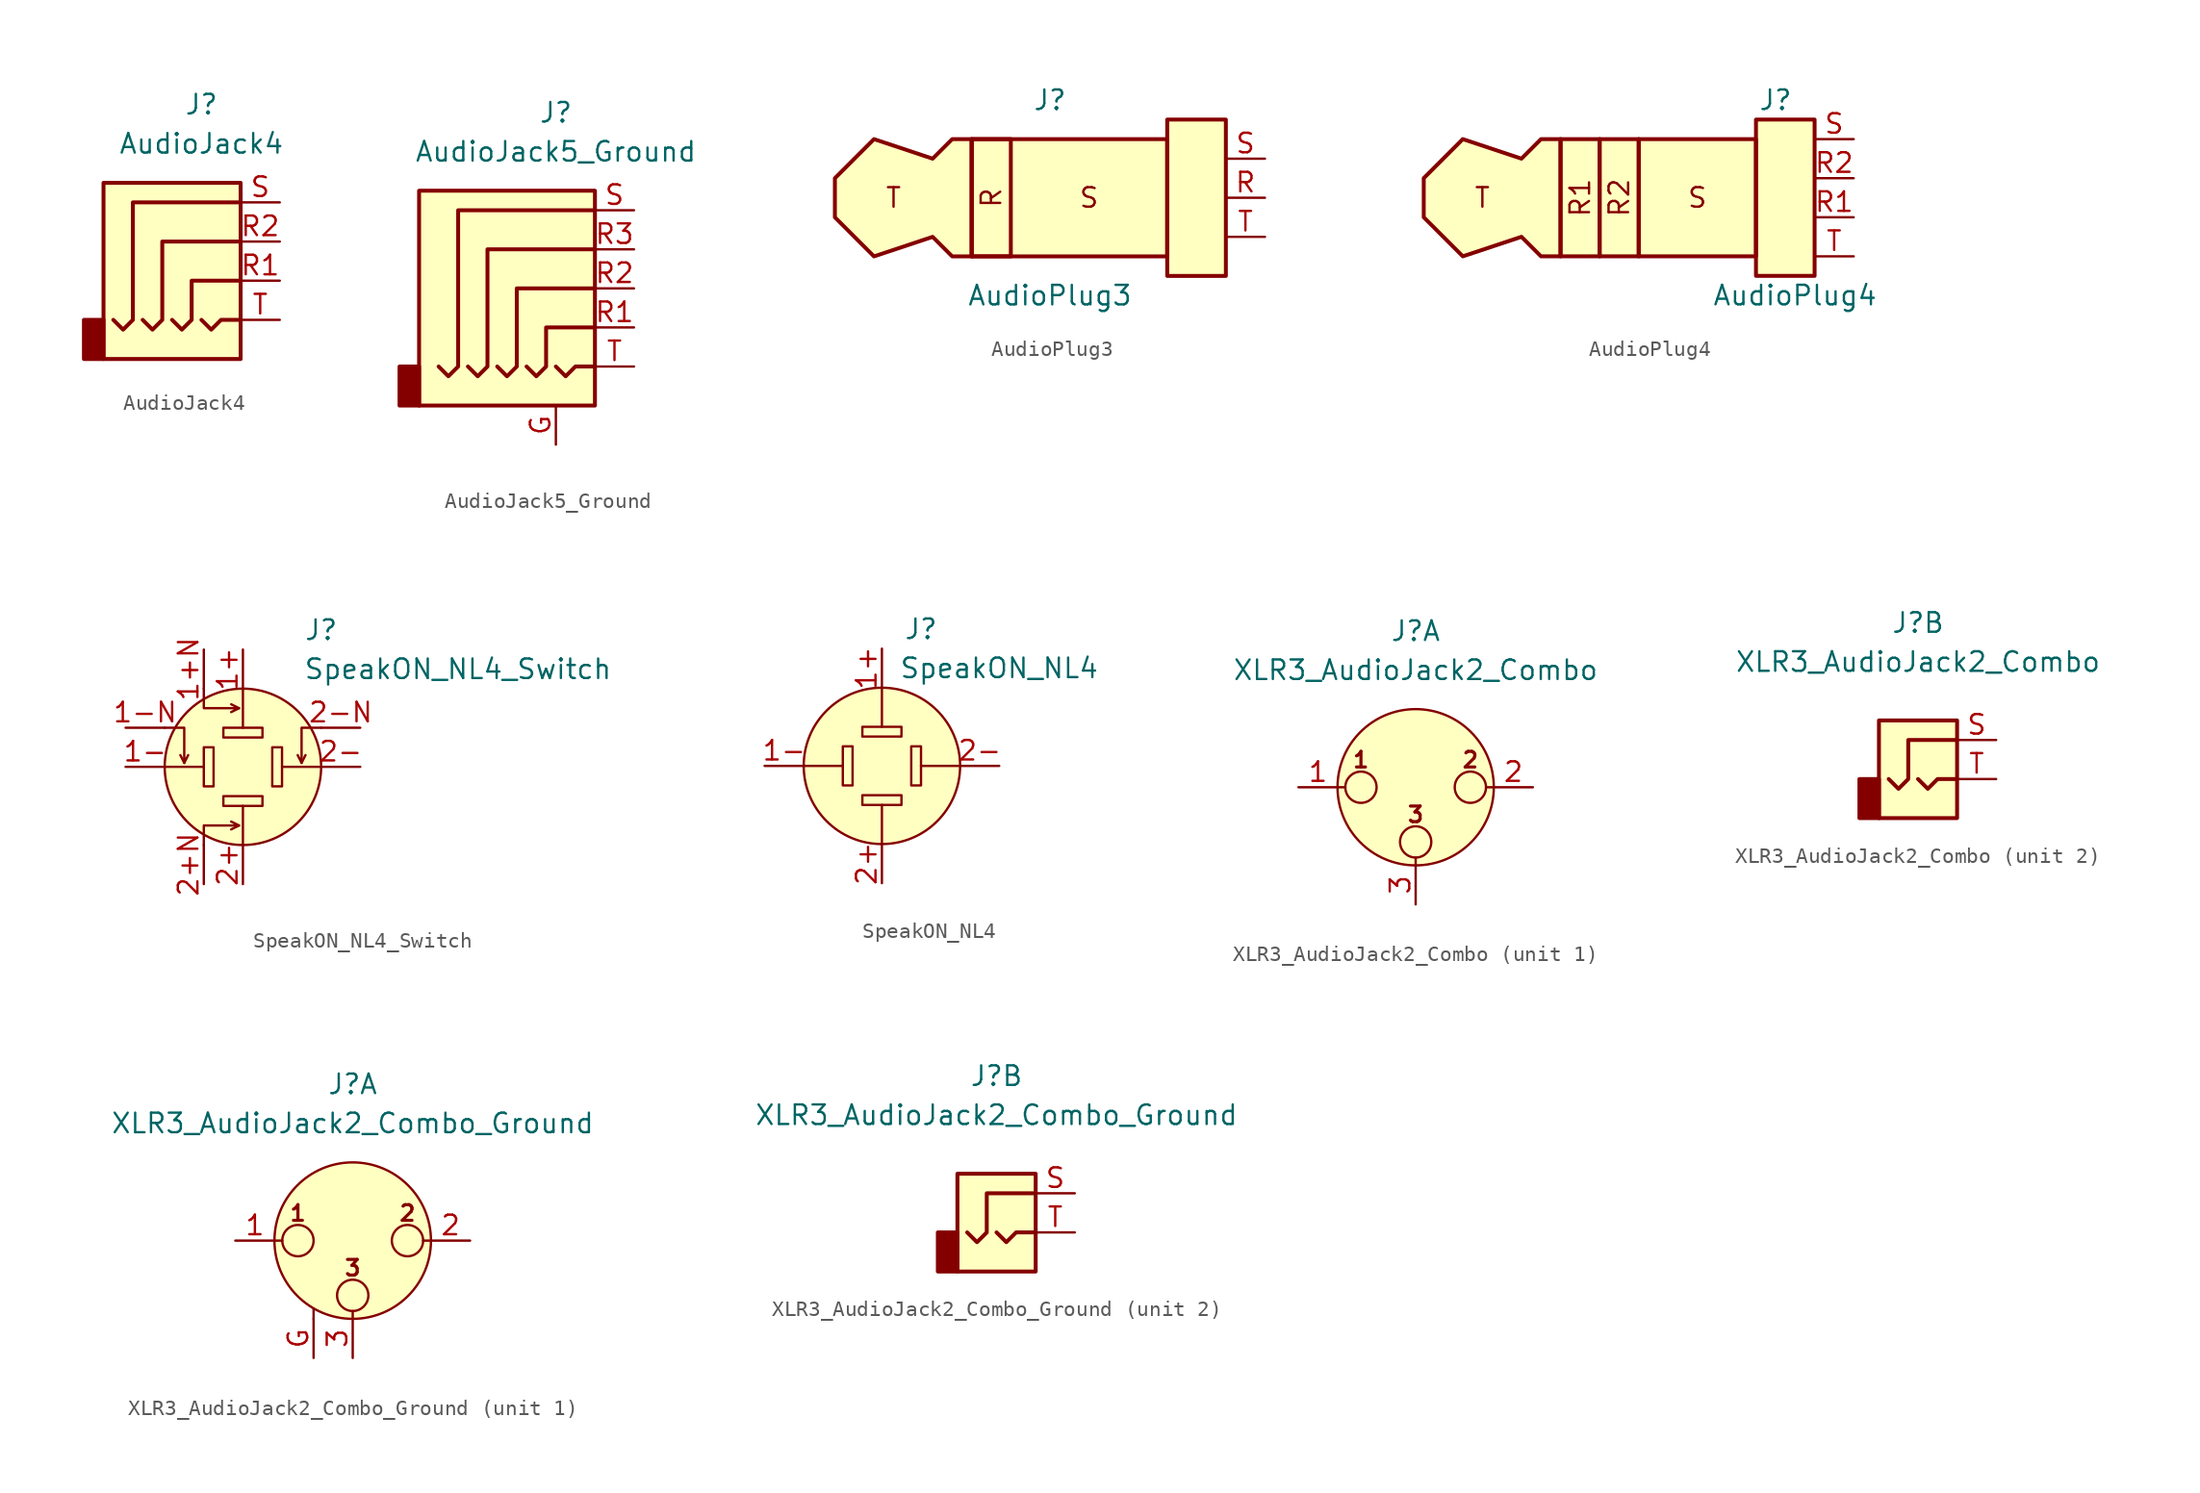
<source format=kicad_sym>
(kicad_symbol_lib
  (version 20241209)
  (generator "kicad_symbol_editor")
  (generator_version "9.0")
  (symbol "AudioJack4"
    (property "Reference" "J"
      (at 0 8.89 0)
      (effects (font (size 1.27 1.27))))
    (property "Value" "AudioJack4"
      (at 0 6.35 0)
      (effects (font (size 1.27 1.27))))
    (symbol "AudioJack4_0_1"
      (rectangle (start -6.35 -5.08) (end -7.62 -7.62) (stroke (width 0.254) (type default)) (fill (type outline)))
      (polyline (pts (xy -5.715 -5.08) (xy -5.08 -5.715) (xy -4.445 -5.08) (xy -4.445 2.54) (xy 2.54 2.54)) (stroke (width 0.254) (type default)) (fill (type none)))
      (polyline (pts (xy -1.905 -5.08) (xy -1.27 -5.715) (xy -0.635 -5.08) (xy -0.635 -2.54) (xy 2.54 -2.54)) (stroke (width 0.254) (type default)) (fill (type none)))
      (polyline (pts (xy 0 -5.08) (xy 0.635 -5.715) (xy 1.27 -5.08) (xy 2.54 -5.08)) (stroke (width 0.254) (type default)) (fill (type none)))
      (rectangle (start 2.54 3.81) (end -6.35 -7.62) (stroke (width 0.254) (type default)) (fill (type background)))
      (polyline (pts (xy 2.54 0) (xy -2.54 0) (xy -2.54 -5.08) (xy -3.175 -5.715) (xy -3.81 -5.08)) (stroke (width 0.254) (type default)) (fill (type none))))
    (symbol "AudioJack4_1_1"
      (pin passive line (at 5.08 2.54 180) (length 2.54) (name "~" (effects (font (size 1.27 1.27)))) (number "S" (effects (font (size 1.27 1.27)))))
      (pin passive line (at 5.08 0 180) (length 2.54) (name "~" (effects (font (size 1.27 1.27)))) (number "R2" (effects (font (size 1.27 1.27)))))
      (pin passive line (at 5.08 -2.54 180) (length 2.54) (name "~" (effects (font (size 1.27 1.27)))) (number "R1" (effects (font (size 1.27 1.27)))))
      (pin passive line (at 5.08 -5.08 180) (length 2.54) (name "~" (effects (font (size 1.27 1.27)))) (number "T" (effects (font (size 1.27 1.27)))))))
  (symbol "AudioJack5_Ground"
    (property "Reference" "J"
      (at 0 11.43 0)
      (effects (font (size 1.27 1.27))))
    (property "Value" "AudioJack5_Ground"
      (at 0 8.89 0)
      (effects (font (size 1.27 1.27))))
    (symbol "AudioJack5_Ground_0_1"
      (rectangle (start -8.89 -5.08) (end -10.16 -7.62) (stroke (width 0.254) (type default)) (fill (type outline)))
      (polyline (pts (xy -5.715 -5.08) (xy -5.08 -5.715) (xy -4.445 -5.08) (xy -4.445 2.54) (xy 2.54 2.54)) (stroke (width 0.254) (type default)) (fill (type none)))
      (polyline (pts (xy -1.905 -5.08) (xy -1.27 -5.715) (xy -0.635 -5.08) (xy -0.635 -2.54) (xy 2.54 -2.54)) (stroke (width 0.254) (type default)) (fill (type none)))
      (polyline (pts (xy 0 -5.08) (xy 0.635 -5.715) (xy 1.27 -5.08) (xy 2.54 -5.08)) (stroke (width 0.254) (type default)) (fill (type none)))
      (rectangle (start 2.54 6.35) (end -8.89 -7.62) (stroke (width 0.254) (type default)) (fill (type background)))
      (polyline (pts (xy 2.54 5.08) (xy -6.35 5.08) (xy -6.35 -5.08) (xy -6.985 -5.715) (xy -7.62 -5.08)) (stroke (width 0.254) (type default)) (fill (type none)))
      (polyline (pts (xy 2.54 0) (xy -2.54 0) (xy -2.54 -5.08) (xy -3.175 -5.715) (xy -3.81 -5.08)) (stroke (width 0.254) (type default)) (fill (type none))))
    (symbol "AudioJack5_Ground_1_1"
      (pin passive line (at 0 -10.16 90) (length 2.54) (name "~" (effects (font (size 1.27 1.27)))) (number "G" (effects (font (size 1.27 1.27)))))
      (pin passive line (at 5.08 5.08 180) (length 2.54) (name "~" (effects (font (size 1.27 1.27)))) (number "S" (effects (font (size 1.27 1.27)))))
      (pin passive line (at 5.08 2.54 180) (length 2.54) (name "~" (effects (font (size 1.27 1.27)))) (number "R3" (effects (font (size 1.27 1.27)))))
      (pin passive line (at 5.08 0 180) (length 2.54) (name "~" (effects (font (size 1.27 1.27)))) (number "R2" (effects (font (size 1.27 1.27)))))
      (pin passive line (at 5.08 -2.54 180) (length 2.54) (name "~" (effects (font (size 1.27 1.27)))) (number "R1" (effects (font (size 1.27 1.27)))))
      (pin passive line (at 5.08 -5.08 180) (length 2.54) (name "~" (effects (font (size 1.27 1.27)))) (number "T" (effects (font (size 1.27 1.27)))))))
  (symbol "AudioPlug3"
    (property "Reference" "J"
      (at 1.27 6.35 0)
      (effects (font (size 1.27 1.27))))
    (property "Value" "AudioPlug3"
      (at 1.27 -6.35 0)
      (effects (font (size 1.27 1.27))))
    (symbol "AudioPlug3_0_0"
      (text "R" (at -2.54 0 900) (effects (font (size 1.27 1.27)))))
    (symbol "AudioPlug3_0_1"
      (rectangle (start -3.81 3.81) (end -1.27 -3.81) (stroke (width 0.254) (type default)) (fill (type none)))
      (rectangle (start -1.27 -1.27) (end -1.27 -1.27) (stroke (width 0) (type default)) (fill (type none))))
    (symbol "AudioPlug3_1_0"
      (text "T" (at -8.89 0 0) (effects (font (size 1.27 1.27))))
      (text "S" (at 3.81 0 0) (effects (font (size 1.27 1.27)))))
    (symbol "AudioPlug3_1_1"
      (rectangle (start -3.81 3.81) (end 8.89 -3.81) (stroke (width 0.254) (type default)) (fill (type background)))
      (polyline (pts (xy -3.81 3.81) (xy -5.08 3.81) (xy -6.35 2.54) (xy -10.16 3.81) (xy -12.7 1.27) (xy -12.7 -1.27) (xy -10.16 -3.81) (xy -6.35 -2.54) (xy -5.08 -3.81) (xy -3.81 -3.81) (xy -3.81 3.81)) (stroke (width 0.254) (type default)) (fill (type background)))
      (rectangle (start 12.7 5.08) (end 8.89 -5.08) (stroke (width 0.254) (type default)) (fill (type background)))
      (pin passive line (at 15.24 2.54 180) (length 2.54) (name "~" (effects (font (size 1.27 1.27)))) (number "S" (effects (font (size 1.27 1.27)))))
      (pin passive line (at 15.24 0 180) (length 2.54) (name "~" (effects (font (size 1.27 1.27)))) (number "R" (effects (font (size 1.27 1.27)))))
      (pin passive line (at 15.24 -2.54 180) (length 2.54) (name "~" (effects (font (size 1.27 1.27)))) (number "T" (effects (font (size 1.27 1.27)))))))
  (symbol "AudioPlug4"
    (property "Reference" "J"
      (at 10.16 5.08 0)
      (effects (font (size 1.27 1.27))))
    (property "Value" "AudioPlug4"
      (at 11.43 -7.62 0)
      (effects (font (size 1.27 1.27))))
    (symbol "AudioPlug4_0_0"
      (text "T" (at -8.89 -1.27 0) (effects (font (size 1.27 1.27))))
      (text "R1" (at -2.54 -1.27 900) (effects (font (size 1.27 1.27))))
      (text "R2" (at 0 -1.27 900) (effects (font (size 1.27 1.27))))
      (text "S" (at 5.08 -1.27 0) (effects (font (size 1.27 1.27)))))
    (symbol "AudioPlug4_0_1"
      (polyline (pts (xy -3.81 2.54) (xy -5.08 2.54) (xy -6.35 1.27) (xy -10.16 2.54) (xy -12.7 0) (xy -12.7 -2.54) (xy -10.16 -5.08) (xy -6.35 -3.81) (xy -5.08 -5.08) (xy -3.81 -5.08) (xy -3.81 2.54)) (stroke (width 0.254) (type default)) (fill (type background)))
      (rectangle (start -1.27 2.54) (end -3.81 -5.08) (stroke (width 0.254) (type default)) (fill (type background)))
      (rectangle (start 1.27 2.54) (end -1.27 -5.08) (stroke (width 0.254) (type default)) (fill (type background)))
      (rectangle (start 1.27 2.54) (end 8.89 -5.08) (stroke (width 0.254) (type default)) (fill (type background)))
      (rectangle (start 12.7 3.81) (end 8.89 -6.35) (stroke (width 0.254) (type default)) (fill (type background))))
    (symbol "AudioPlug4_1_1"
      (pin passive line (at 15.24 2.54 180) (length 2.54) (name "~" (effects (font (size 1.27 1.27)))) (number "S" (effects (font (size 1.27 1.27)))))
      (pin passive line (at 15.24 0 180) (length 2.54) (name "~" (effects (font (size 1.27 1.27)))) (number "R2" (effects (font (size 1.27 1.27)))))
      (pin passive line (at 15.24 -2.54 180) (length 2.54) (name "~" (effects (font (size 1.27 1.27)))) (number "R1" (effects (font (size 1.27 1.27)))))
      (pin passive line (at 15.24 -5.08 180) (length 2.54) (name "~" (effects (font (size 1.27 1.27)))) (number "T" (effects (font (size 1.27 1.27)))))))
  (symbol "SpeakON_NL4_Switch"
    (pin_names
      (hide yes))
    (property "Reference" "J"
      (at 5.08 8.89 0)
      (effects (font (size 1.27 1.27))))
    (property "Value" "SpeakON_NL4_Switch"
      (at 13.97 6.35 0)
      (effects (font (size 1.27 1.27))))
    (symbol "SpeakON_NL4_Switch_0_1"
      (polyline (pts (xy -5.08 0) (xy -2.54 0)) (stroke (width 0) (type default)) (fill (type none)))
      (rectangle (start -2.54 1.27) (end -1.905 -1.27) (stroke (width 0) (type default)) (fill (type none)))
      (rectangle (start -1.27 2.54) (end 1.27 1.905) (stroke (width 0) (type default)) (fill (type none)))
      (rectangle (start -1.27 -2.54) (end 1.27 -1.905) (stroke (width 0) (type default)) (fill (type none)))
      (polyline (pts (xy 0 5.08) (xy 0 2.54)) (stroke (width 0) (type default)) (fill (type none)))
      (circle (center 0 0) (radius 5.08) (stroke (width 0) (type default)) (fill (type background)))
      (polyline (pts (xy 0 -5.08) (xy 0 -2.54)) (stroke (width 0) (type default)) (fill (type none)))
      (rectangle (start 2.54 1.27) (end 1.905 -1.27) (stroke (width 0) (type default)) (fill (type none)))
      (polyline (pts (xy 5.08 0) (xy 2.54 0)) (stroke (width 0) (type default)) (fill (type none)))
      (pin passive line (at -7.62 2.54 0) (length 2.54) (name "1-N" (effects (font (size 1.27 1.27)))) (number "1-N" (effects (font (size 1.27 1.27)))))
      (pin passive line (at -7.62 0 0) (length 2.54) (name "1-" (effects (font (size 1.27 1.27)))) (number "1-" (effects (font (size 1.27 1.27)))))
      (pin passive line (at -2.54 -7.62 90) (length 2.54) (name "2+N" (effects (font (size 1.27 1.27)))) (number "2+N" (effects (font (size 1.27 1.27)))))
      (pin passive line (at 0 -7.62 90) (length 2.54) (name "2+" (effects (font (size 1.27 1.27)))) (number "2+" (effects (font (size 1.27 1.27)))))
      (pin passive line (at 7.62 0 180) (length 2.54) (name "2-" (effects (font (size 1.27 1.27)))) (number "2-" (effects (font (size 1.27 1.27))))))
    (symbol "SpeakON_NL4_Switch_1_1"
      (polyline (pts (xy -5.08 2.54) (xy -3.81 2.54) (xy -3.81 0.254) (xy -3.556 0.762)) (stroke (width 0) (type default)) (fill (type none)))
      (polyline (pts (xy -3.81 0.254) (xy -4.064 0.762)) (stroke (width 0) (type default)) (fill (type none)))
      (polyline (pts (xy -2.54 5.08) (xy -2.54 3.81) (xy -0.254 3.81) (xy -0.762 3.556)) (stroke (width 0) (type default)) (fill (type none)))
      (polyline (pts (xy -2.54 -5.08) (xy -2.54 -3.81) (xy -0.254 -3.81) (xy -0.762 -3.556)) (stroke (width 0) (type default)) (fill (type none)))
      (polyline (pts (xy -0.254 3.81) (xy -0.762 4.064)) (stroke (width 0) (type default)) (fill (type none)))
      (polyline (pts (xy -0.254 -3.81) (xy -0.762 -4.064)) (stroke (width 0) (type default)) (fill (type none)))
      (polyline (pts (xy 3.81 0.254) (xy 4.064 0.762)) (stroke (width 0) (type default)) (fill (type none)))
      (polyline (pts (xy 5.08 2.54) (xy 3.81 2.54) (xy 3.81 0.254) (xy 3.556 0.762)) (stroke (width 0) (type default)) (fill (type none)))
      (pin passive line (at -2.54 7.62 270) (length 2.54) (name "1+N" (effects (font (size 1.27 1.27)))) (number "1+N" (effects (font (size 1.27 1.27)))))
      (pin passive line (at 0 7.62 270) (length 2.54) (name "1+" (effects (font (size 1.27 1.27)))) (number "1+" (effects (font (size 1.27 1.27)))))
      (pin passive line (at 7.62 2.54 180) (length 2.54) (name "2-N" (effects (font (size 1.27 1.27)))) (number "2-N" (effects (font (size 1.27 1.27)))))))
  (symbol "SpeakON_NL4"
    (pin_names
      (hide yes))
    (property "Reference" "J"
      (at 2.54 8.89 0)
      (effects (font (size 1.27 1.27))))
    (property "Value" "SpeakON_NL4"
      (at 7.62 6.35 0)
      (effects (font (size 1.27 1.27))))
    (symbol "SpeakON_NL4_0_1"
      (polyline (pts (xy -5.08 0) (xy -2.54 0)) (stroke (width 0) (type default)) (fill (type none)))
      (rectangle (start -2.54 1.27) (end -1.905 -1.27) (stroke (width 0) (type default)) (fill (type none)))
      (rectangle (start -1.27 2.54) (end 1.27 1.905) (stroke (width 0) (type default)) (fill (type none)))
      (rectangle (start -1.27 -2.54) (end 1.27 -1.905) (stroke (width 0) (type default)) (fill (type none)))
      (polyline (pts (xy 0 5.08) (xy 0 2.54)) (stroke (width 0) (type default)) (fill (type none)))
      (circle (center 0 0) (radius 5.08) (stroke (width 0) (type default)) (fill (type background)))
      (polyline (pts (xy 0 -5.08) (xy 0 -2.54)) (stroke (width 0) (type default)) (fill (type none)))
      (rectangle (start 2.54 1.27) (end 1.905 -1.27) (stroke (width 0) (type default)) (fill (type none)))
      (polyline (pts (xy 5.08 0) (xy 2.54 0)) (stroke (width 0) (type default)) (fill (type none)))
      (pin passive line (at -7.62 0 0) (length 2.54) (name "1-" (effects (font (size 1.27 1.27)))) (number "1-" (effects (font (size 1.27 1.27)))))
      (pin passive line (at 0 -7.62 90) (length 2.54) (name "2+" (effects (font (size 1.27 1.27)))) (number "2+" (effects (font (size 1.27 1.27)))))
      (pin passive line (at 7.62 0 180) (length 2.54) (name "2-" (effects (font (size 1.27 1.27)))) (number "2-" (effects (font (size 1.27 1.27))))))
    (symbol "SpeakON_NL4_1_1"
      (pin passive line (at 0 7.62 270) (length 2.54) (name "1+" (effects (font (size 1.27 1.27)))) (number "1+" (effects (font (size 1.27 1.27)))))))
  (symbol "XLR3_AudioJack2_Combo"
    (pin_names
      (hide yes))
    (property "Reference" "J"
      (at 0 10.16 0)
      (effects (font (size 1.27 1.27))))
    (property "Value" "XLR3_AudioJack2_Combo"
      (at 0 7.62 0)
      (effects (font (size 1.27 1.27))))
    (symbol "XLR3_AudioJack2_Combo_1_1"
      (polyline (pts (xy -5.08 0) (xy -4.572 0)) (stroke (width 0) (type default)) (fill (type none)))
      (circle (center -3.556 0) (radius 1.016) (stroke (width 0) (type default)) (fill (type none)))
      (circle (center 0 0) (radius 5.08) (stroke (width 0) (type default)) (fill (type background)))
      (circle (center 0 -3.556) (radius 1.016) (stroke (width 0) (type default)) (fill (type none)))
      (polyline (pts (xy 0 -5.08) (xy 0 -4.572)) (stroke (width 0) (type default)) (fill (type none)))
      (circle (center 3.556 0) (radius 1.016) (stroke (width 0) (type default)) (fill (type none)))
      (polyline (pts (xy 5.08 0) (xy 4.572 0)) (stroke (width 0) (type default)) (fill (type none)))
      (text "1" (at -3.556 1.778 0) (effects (font (size 1.016 1.016) (bold yes))))
      (text "3" (at 0 -1.778 0) (effects (font (size 1.016 1.016) (bold yes))))
      (text "2" (at 3.556 1.778 0) (effects (font (size 1.016 1.016) (bold yes))))
      (pin passive line (at -7.62 0 0) (length 2.54) (name "~" (effects (font (size 1.27 1.27)))) (number "1" (effects (font (size 1.27 1.27)))))
      (pin passive line (at 0 -7.62 90) (length 2.54) (name "~" (effects (font (size 1.27 1.27)))) (number "3" (effects (font (size 1.27 1.27)))))
      (pin passive line (at 7.62 0 180) (length 2.54) (name "~" (effects (font (size 1.27 1.27)))) (number "2" (effects (font (size 1.27 1.27))))))
    (symbol "XLR3_AudioJack2_Combo_2_1"
      (rectangle (start -2.54 0) (end -3.81 -2.54) (stroke (width 0.254) (type default)) (fill (type outline)))
      (polyline (pts (xy 0 0) (xy 0.635 -0.635) (xy 1.27 0) (xy 2.54 0)) (stroke (width 0.254) (type default)) (fill (type none)))
      (rectangle (start 2.54 3.81) (end -2.54 -2.54) (stroke (width 0.254) (type default)) (fill (type background)))
      (polyline (pts (xy 2.54 2.54) (xy -0.635 2.54) (xy -0.635 0) (xy -1.27 -0.635) (xy -1.905 0)) (stroke (width 0.254) (type default)) (fill (type none)))
      (pin passive line (at 5.08 2.54 180) (length 2.54) (name "~" (effects (font (size 1.27 1.27)))) (number "S" (effects (font (size 1.27 1.27)))))
      (pin passive line (at 5.08 0 180) (length 2.54) (name "~" (effects (font (size 1.27 1.27)))) (number "T" (effects (font (size 1.27 1.27)))))))
  (symbol "XLR3_AudioJack2_Combo_Ground"
    (pin_names
      (hide yes))
    (property "Reference" "J"
      (at 0 10.16 0)
      (effects (font (size 1.27 1.27))))
    (property "Value" "XLR3_AudioJack2_Combo_Ground"
      (at 0 7.62 0)
      (effects (font (size 1.27 1.27))))
    (symbol "XLR3_AudioJack2_Combo_Ground_1_1"
      (polyline (pts (xy -5.08 0) (xy -4.572 0)) (stroke (width 0) (type default)) (fill (type none)))
      (circle (center -3.556 0) (radius 1.016) (stroke (width 0) (type default)) (fill (type none)))
      (polyline (pts (xy -2.54 -5.08) (xy -2.54 -4.445)) (stroke (width 0) (type default)) (fill (type none)))
      (circle (center 0 0) (radius 5.08) (stroke (width 0) (type default)) (fill (type background)))
      (circle (center 0 -3.556) (radius 1.016) (stroke (width 0) (type default)) (fill (type none)))
      (polyline (pts (xy 0 -5.08) (xy 0 -4.572)) (stroke (width 0) (type default)) (fill (type none)))
      (circle (center 3.556 0) (radius 1.016) (stroke (width 0) (type default)) (fill (type none)))
      (polyline (pts (xy 5.08 0) (xy 4.572 0)) (stroke (width 0) (type default)) (fill (type none)))
      (text "1" (at -3.556 1.778 0) (effects (font (size 1.016 1.016) (bold yes))))
      (text "3" (at 0 -1.778 0) (effects (font (size 1.016 1.016) (bold yes))))
      (text "2" (at 3.556 1.778 0) (effects (font (size 1.016 1.016) (bold yes))))
      (pin passive line (at -7.62 0 0) (length 2.54) (name "~" (effects (font (size 1.27 1.27)))) (number "1" (effects (font (size 1.27 1.27)))))
      (pin passive line (at -2.54 -7.62 90) (length 2.54) (name "~" (effects (font (size 1.27 1.27)))) (number "G" (effects (font (size 1.27 1.27)))))
      (pin passive line (at 0 -7.62 90) (length 2.54) (name "~" (effects (font (size 1.27 1.27)))) (number "3" (effects (font (size 1.27 1.27)))))
      (pin passive line (at 7.62 0 180) (length 2.54) (name "~" (effects (font (size 1.27 1.27)))) (number "2" (effects (font (size 1.27 1.27))))))
    (symbol "XLR3_AudioJack2_Combo_Ground_2_1"
      (rectangle (start -2.54 0) (end -3.81 -2.54) (stroke (width 0.254) (type default)) (fill (type outline)))
      (polyline (pts (xy 0 0) (xy 0.635 -0.635) (xy 1.27 0) (xy 2.54 0)) (stroke (width 0.254) (type default)) (fill (type none)))
      (rectangle (start 2.54 3.81) (end -2.54 -2.54) (stroke (width 0.254) (type default)) (fill (type background)))
      (polyline (pts (xy 2.54 2.54) (xy -0.635 2.54) (xy -0.635 0) (xy -1.27 -0.635) (xy -1.905 0)) (stroke (width 0.254) (type default)) (fill (type none)))
      (pin passive line (at 5.08 2.54 180) (length 2.54) (name "~" (effects (font (size 1.27 1.27)))) (number "S" (effects (font (size 1.27 1.27)))))
      (pin passive line (at 5.08 0 180) (length 2.54) (name "~" (effects (font (size 1.27 1.27)))) (number "T" (effects (font (size 1.27 1.27))))))))
</source>
